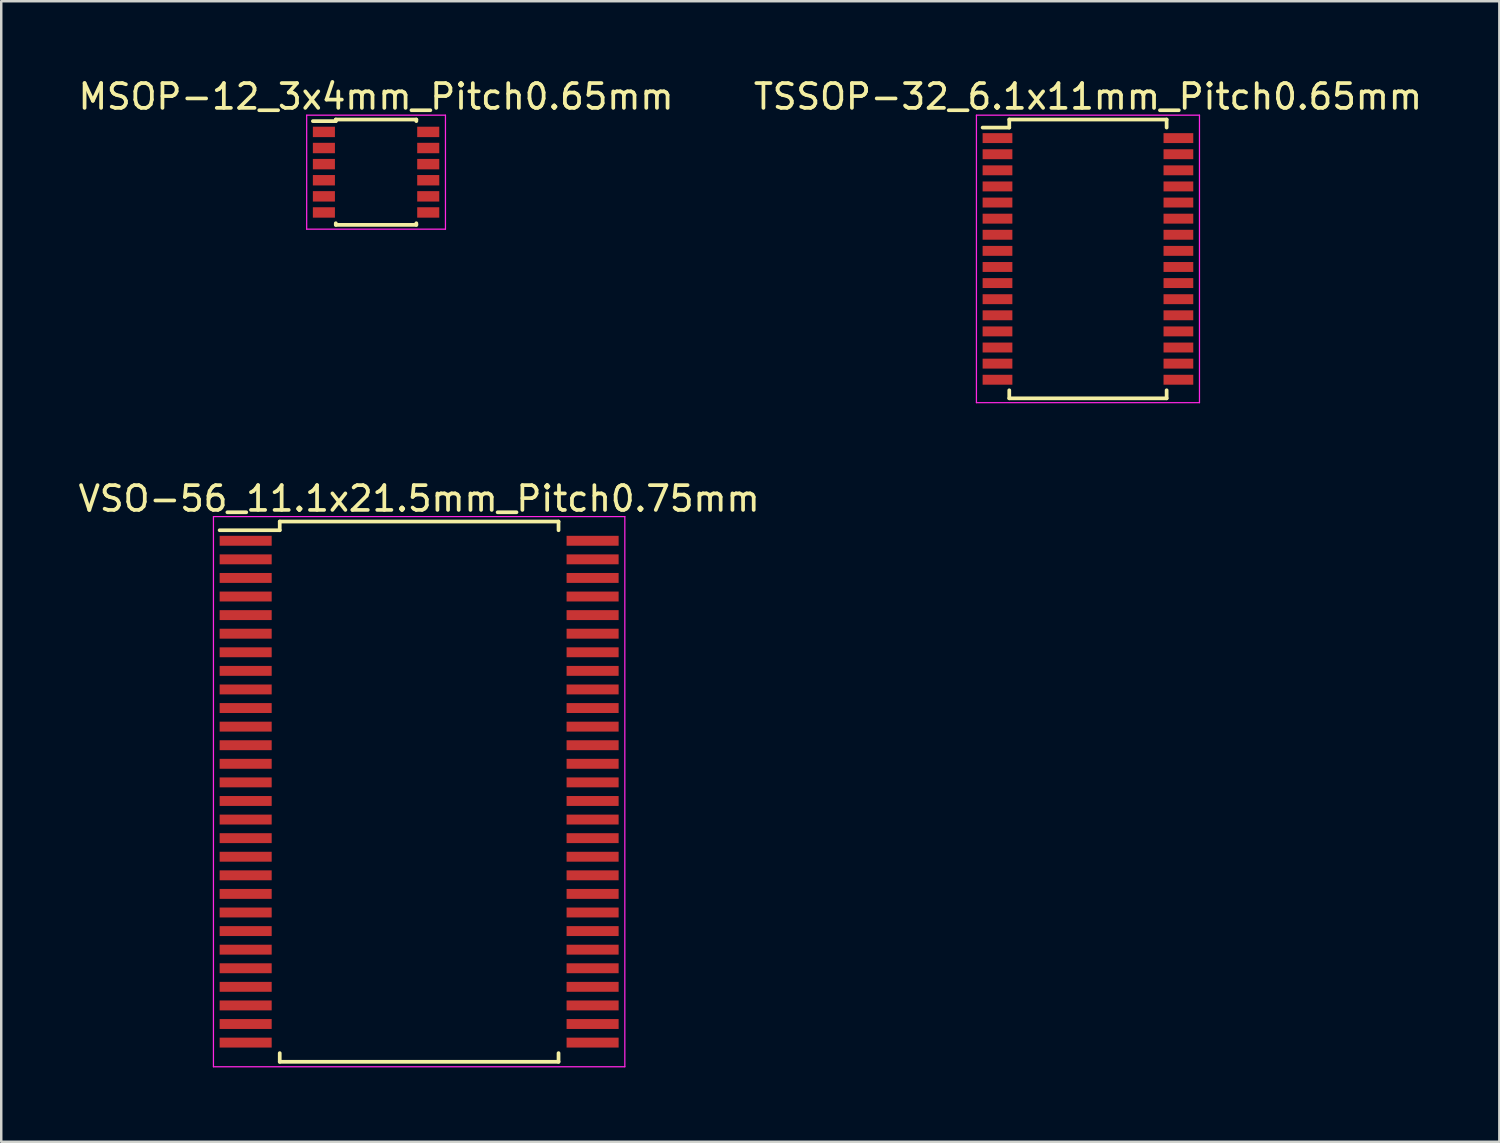
<source format=kicad_pcb>
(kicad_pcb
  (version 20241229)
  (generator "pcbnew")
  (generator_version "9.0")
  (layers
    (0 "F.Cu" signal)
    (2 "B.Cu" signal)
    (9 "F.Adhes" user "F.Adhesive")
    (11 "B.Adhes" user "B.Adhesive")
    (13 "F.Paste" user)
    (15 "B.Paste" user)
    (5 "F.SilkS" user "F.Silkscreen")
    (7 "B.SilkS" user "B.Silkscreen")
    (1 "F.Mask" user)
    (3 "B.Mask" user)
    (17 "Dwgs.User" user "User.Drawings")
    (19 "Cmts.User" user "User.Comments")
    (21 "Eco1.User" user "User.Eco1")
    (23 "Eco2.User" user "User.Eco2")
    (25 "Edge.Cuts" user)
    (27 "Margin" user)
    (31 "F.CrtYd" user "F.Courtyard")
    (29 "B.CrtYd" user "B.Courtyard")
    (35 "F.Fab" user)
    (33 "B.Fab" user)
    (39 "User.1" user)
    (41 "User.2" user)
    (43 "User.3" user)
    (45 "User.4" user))
  (footprint "TSSOP-32_6.1x11mm_Pitch0.65mm"
    (layer "F.Cu")
    (at 40.851 7.398)
    (property "Reference" "TSSOP-32_6.1x11mm_Pitch0.65mm" (at 0 -6.55 0) (layer "F.SilkS") (effects (font (size 1 1) (thickness 0.15))))
    (attr smd)
    (fp_line (start -3.175 -5.625) (end -3.175 -5.3) (stroke (width 0.15) (type solid)) (layer "F.SilkS"))
    (fp_line (start -3.175 -5.625) (end 3.175 -5.625) (stroke (width 0.15) (type solid)) (layer "F.SilkS"))
    (fp_line (start -3.175 -5.3) (end -4.25 -5.3) (stroke (width 0.15) (type solid)) (layer "F.SilkS"))
    (fp_line (start -3.175 5.625) (end -3.175 5.3) (stroke (width 0.15) (type solid)) (layer "F.SilkS"))
    (fp_line (start -3.175 5.625) (end 3.175 5.625) (stroke (width 0.15) (type solid)) (layer "F.SilkS"))
    (fp_line (start 3.175 -5.625) (end 3.175 -5.3) (stroke (width 0.15) (type solid)) (layer "F.SilkS"))
    (fp_line (start 3.175 5.625) (end 3.175 5.3) (stroke (width 0.15) (type solid)) (layer "F.SilkS"))
    (fp_line (start -4.5 -5.8) (end -4.5 5.8) (stroke (width 0.05) (type solid)) (layer "F.CrtYd"))
    (fp_line (start -4.5 -5.8) (end 4.5 -5.8) (stroke (width 0.05) (type solid)) (layer "F.CrtYd"))
    (fp_line (start -4.5 5.8) (end 4.5 5.8) (stroke (width 0.05) (type solid)) (layer "F.CrtYd"))
    (fp_line (start 4.5 -5.8) (end 4.5 5.8) (stroke (width 0.05) (type solid)) (layer "F.CrtYd"))
    (pad "1" smd rect (at -3.65 -4.875) (size 1.2 0.4) (layers "F.Cu" "F.Mask" "F.Paste"))
    (pad "2" smd rect (at -3.65 -4.225) (size 1.2 0.4) (layers "F.Cu" "F.Mask" "F.Paste"))
    (pad "3" smd rect (at -3.65 -3.575) (size 1.2 0.4) (layers "F.Cu" "F.Mask" "F.Paste"))
    (pad "4" smd rect (at -3.65 -2.925) (size 1.2 0.4) (layers "F.Cu" "F.Mask" "F.Paste"))
    (pad "5" smd rect (at -3.65 -2.275) (size 1.2 0.4) (layers "F.Cu" "F.Mask" "F.Paste"))
    (pad "6" smd rect (at -3.65 -1.625) (size 1.2 0.4) (layers "F.Cu" "F.Mask" "F.Paste"))
    (pad "7" smd rect (at -3.65 -0.975) (size 1.2 0.4) (layers "F.Cu" "F.Mask" "F.Paste"))
    (pad "8" smd rect (at -3.65 -0.325) (size 1.2 0.4) (layers "F.Cu" "F.Mask" "F.Paste"))
    (pad "9" smd rect (at -3.65 0.325) (size 1.2 0.4) (layers "F.Cu" "F.Mask" "F.Paste"))
    (pad "10" smd rect (at -3.65 0.975) (size 1.2 0.4) (layers "F.Cu" "F.Mask" "F.Paste"))
    (pad "11" smd rect (at -3.65 1.625) (size 1.2 0.4) (layers "F.Cu" "F.Mask" "F.Paste"))
    (pad "12" smd rect (at -3.65 2.275) (size 1.2 0.4) (layers "F.Cu" "F.Mask" "F.Paste"))
    (pad "13" smd rect (at -3.65 2.925) (size 1.2 0.4) (layers "F.Cu" "F.Mask" "F.Paste"))
    (pad "14" smd rect (at -3.65 3.575) (size 1.2 0.4) (layers "F.Cu" "F.Mask" "F.Paste"))
    (pad "15" smd rect (at -3.65 4.225) (size 1.2 0.4) (layers "F.Cu" "F.Mask" "F.Paste"))
    (pad "16" smd rect (at -3.65 4.875) (size 1.2 0.4) (layers "F.Cu" "F.Mask" "F.Paste"))
    (pad "17" smd rect (at 3.65 4.875) (size 1.2 0.4) (layers "F.Cu" "F.Mask" "F.Paste"))
    (pad "18" smd rect (at 3.65 4.225) (size 1.2 0.4) (layers "F.Cu" "F.Mask" "F.Paste"))
    (pad "19" smd rect (at 3.65 3.575) (size 1.2 0.4) (layers "F.Cu" "F.Mask" "F.Paste"))
    (pad "20" smd rect (at 3.65 2.925) (size 1.2 0.4) (layers "F.Cu" "F.Mask" "F.Paste"))
    (pad "21" smd rect (at 3.65 2.275) (size 1.2 0.4) (layers "F.Cu" "F.Mask" "F.Paste"))
    (pad "22" smd rect (at 3.65 1.625) (size 1.2 0.4) (layers "F.Cu" "F.Mask" "F.Paste"))
    (pad "23" smd rect (at 3.65 0.975) (size 1.2 0.4) (layers "F.Cu" "F.Mask" "F.Paste"))
    (pad "24" smd rect (at 3.65 0.325) (size 1.2 0.4) (layers "F.Cu" "F.Mask" "F.Paste"))
    (pad "25" smd rect (at 3.65 -0.325) (size 1.2 0.4) (layers "F.Cu" "F.Mask" "F.Paste"))
    (pad "26" smd rect (at 3.65 -0.975) (size 1.2 0.4) (layers "F.Cu" "F.Mask" "F.Paste"))
    (pad "27" smd rect (at 3.65 -1.625) (size 1.2 0.4) (layers "F.Cu" "F.Mask" "F.Paste"))
    (pad "28" smd rect (at 3.65 -2.275) (size 1.2 0.4) (layers "F.Cu" "F.Mask" "F.Paste"))
    (pad "29" smd rect (at 3.65 -2.925) (size 1.2 0.4) (layers "F.Cu" "F.Mask" "F.Paste"))
    (pad "30" smd rect (at 3.65 -3.575) (size 1.2 0.4) (layers "F.Cu" "F.Mask" "F.Paste"))
    (pad "31" smd rect (at 3.65 -4.225) (size 1.2 0.4) (layers "F.Cu" "F.Mask" "F.Paste"))
    (pad "32" smd rect (at 3.65 -4.875) (size 1.2 0.4) (layers "F.Cu" "F.Mask" "F.Paste")))
  (footprint "VSO-56_11.1x21.5mm_Pitch0.75mm"
    (layer "F.Cu")
    (at 13.863 28.896)
    (property "Reference" "VSO-56_11.1x21.5mm_Pitch0.75mm" (at 0 -11.825 0) (layer "F.SilkS") (effects (font (size 1 1) (thickness 0.15))))
    (attr smd)
    (fp_line (start -5.625 -10.9) (end -5.625 -10.55) (stroke (width 0.15) (type solid)) (layer "F.SilkS"))
    (fp_line (start -5.625 -10.9) (end 5.625 -10.9) (stroke (width 0.15) (type solid)) (layer "F.SilkS"))
    (fp_line (start -5.625 -10.55) (end -8.05 -10.55) (stroke (width 0.15) (type solid)) (layer "F.SilkS"))
    (fp_line (start -5.625 10.9) (end -5.625 10.55) (stroke (width 0.15) (type solid)) (layer "F.SilkS"))
    (fp_line (start -5.625 10.9) (end 5.625 10.9) (stroke (width 0.15) (type solid)) (layer "F.SilkS"))
    (fp_line (start 5.625 -10.9) (end 5.625 -10.55) (stroke (width 0.15) (type solid)) (layer "F.SilkS"))
    (fp_line (start 5.625 10.9) (end 5.625 10.55) (stroke (width 0.15) (type solid)) (layer "F.SilkS"))
    (fp_line (start -8.3 -11.1) (end -8.3 11.1) (stroke (width 0.05) (type solid)) (layer "F.CrtYd"))
    (fp_line (start -8.3 -11.1) (end 8.3 -11.1) (stroke (width 0.05) (type solid)) (layer "F.CrtYd"))
    (fp_line (start -8.3 11.1) (end 8.3 11.1) (stroke (width 0.05) (type solid)) (layer "F.CrtYd"))
    (fp_line (start 8.3 -11.1) (end 8.3 11.1) (stroke (width 0.05) (type solid)) (layer "F.CrtYd"))
    (pad "1" smd rect (at -7 -10.125) (size 2.1 0.4) (layers "F.Cu" "F.Mask" "F.Paste"))
    (pad "2" smd rect (at -7 -9.375) (size 2.1 0.4) (layers "F.Cu" "F.Mask" "F.Paste"))
    (pad "3" smd rect (at -7 -8.625) (size 2.1 0.4) (layers "F.Cu" "F.Mask" "F.Paste"))
    (pad "4" smd rect (at -7 -7.875) (size 2.1 0.4) (layers "F.Cu" "F.Mask" "F.Paste"))
    (pad "5" smd rect (at -7 -7.125) (size 2.1 0.4) (layers "F.Cu" "F.Mask" "F.Paste"))
    (pad "6" smd rect (at -7 -6.375) (size 2.1 0.4) (layers "F.Cu" "F.Mask" "F.Paste"))
    (pad "7" smd rect (at -7 -5.625) (size 2.1 0.4) (layers "F.Cu" "F.Mask" "F.Paste"))
    (pad "8" smd rect (at -7 -4.875) (size 2.1 0.4) (layers "F.Cu" "F.Mask" "F.Paste"))
    (pad "9" smd rect (at -7 -4.125) (size 2.1 0.4) (layers "F.Cu" "F.Mask" "F.Paste"))
    (pad "10" smd rect (at -7 -3.375) (size 2.1 0.4) (layers "F.Cu" "F.Mask" "F.Paste"))
    (pad "11" smd rect (at -7 -2.625) (size 2.1 0.4) (layers "F.Cu" "F.Mask" "F.Paste"))
    (pad "12" smd rect (at -7 -1.875) (size 2.1 0.4) (layers "F.Cu" "F.Mask" "F.Paste"))
    (pad "13" smd rect (at -7 -1.125) (size 2.1 0.4) (layers "F.Cu" "F.Mask" "F.Paste"))
    (pad "14" smd rect (at -7 -0.375) (size 2.1 0.4) (layers "F.Cu" "F.Mask" "F.Paste"))
    (pad "15" smd rect (at -7 0.375) (size 2.1 0.4) (layers "F.Cu" "F.Mask" "F.Paste"))
    (pad "16" smd rect (at -7 1.125) (size 2.1 0.4) (layers "F.Cu" "F.Mask" "F.Paste"))
    (pad "17" smd rect (at -7 1.875) (size 2.1 0.4) (layers "F.Cu" "F.Mask" "F.Paste"))
    (pad "18" smd rect (at -7 2.625) (size 2.1 0.4) (layers "F.Cu" "F.Mask" "F.Paste"))
    (pad "19" smd rect (at -7 3.375) (size 2.1 0.4) (layers "F.Cu" "F.Mask" "F.Paste"))
    (pad "20" smd rect (at -7 4.125) (size 2.1 0.4) (layers "F.Cu" "F.Mask" "F.Paste"))
    (pad "21" smd rect (at -7 4.875) (size 2.1 0.4) (layers "F.Cu" "F.Mask" "F.Paste"))
    (pad "22" smd rect (at -7 5.625) (size 2.1 0.4) (layers "F.Cu" "F.Mask" "F.Paste"))
    (pad "23" smd rect (at -7 6.375) (size 2.1 0.4) (layers "F.Cu" "F.Mask" "F.Paste"))
    (pad "24" smd rect (at -7 7.125) (size 2.1 0.4) (layers "F.Cu" "F.Mask" "F.Paste"))
    (pad "25" smd rect (at -7 7.875) (size 2.1 0.4) (layers "F.Cu" "F.Mask" "F.Paste"))
    (pad "26" smd rect (at -7 8.625) (size 2.1 0.4) (layers "F.Cu" "F.Mask" "F.Paste"))
    (pad "27" smd rect (at -7 9.375) (size 2.1 0.4) (layers "F.Cu" "F.Mask" "F.Paste"))
    (pad "28" smd rect (at -7 10.125) (size 2.1 0.4) (layers "F.Cu" "F.Mask" "F.Paste"))
    (pad "29" smd rect (at 7 10.125) (size 2.1 0.4) (layers "F.Cu" "F.Mask" "F.Paste"))
    (pad "30" smd rect (at 7 9.375) (size 2.1 0.4) (layers "F.Cu" "F.Mask" "F.Paste"))
    (pad "31" smd rect (at 7 8.625) (size 2.1 0.4) (layers "F.Cu" "F.Mask" "F.Paste"))
    (pad "32" smd rect (at 7 7.875) (size 2.1 0.4) (layers "F.Cu" "F.Mask" "F.Paste"))
    (pad "33" smd rect (at 7 7.125) (size 2.1 0.4) (layers "F.Cu" "F.Mask" "F.Paste"))
    (pad "34" smd rect (at 7 6.375) (size 2.1 0.4) (layers "F.Cu" "F.Mask" "F.Paste"))
    (pad "35" smd rect (at 7 5.625) (size 2.1 0.4) (layers "F.Cu" "F.Mask" "F.Paste"))
    (pad "36" smd rect (at 7 4.875) (size 2.1 0.4) (layers "F.Cu" "F.Mask" "F.Paste"))
    (pad "37" smd rect (at 7 4.125) (size 2.1 0.4) (layers "F.Cu" "F.Mask" "F.Paste"))
    (pad "38" smd rect (at 7 3.375) (size 2.1 0.4) (layers "F.Cu" "F.Mask" "F.Paste"))
    (pad "39" smd rect (at 7 2.625) (size 2.1 0.4) (layers "F.Cu" "F.Mask" "F.Paste"))
    (pad "40" smd rect (at 7 1.875) (size 2.1 0.4) (layers "F.Cu" "F.Mask" "F.Paste"))
    (pad "41" smd rect (at 7 1.125) (size 2.1 0.4) (layers "F.Cu" "F.Mask" "F.Paste"))
    (pad "42" smd rect (at 7 0.375) (size 2.1 0.4) (layers "F.Cu" "F.Mask" "F.Paste"))
    (pad "43" smd rect (at 7 -0.375) (size 2.1 0.4) (layers "F.Cu" "F.Mask" "F.Paste"))
    (pad "44" smd rect (at 7 -1.125) (size 2.1 0.4) (layers "F.Cu" "F.Mask" "F.Paste"))
    (pad "45" smd rect (at 7 -1.875) (size 2.1 0.4) (layers "F.Cu" "F.Mask" "F.Paste"))
    (pad "46" smd rect (at 7 -2.625) (size 2.1 0.4) (layers "F.Cu" "F.Mask" "F.Paste"))
    (pad "47" smd rect (at 7 -3.375) (size 2.1 0.4) (layers "F.Cu" "F.Mask" "F.Paste"))
    (pad "48" smd rect (at 7 -4.125) (size 2.1 0.4) (layers "F.Cu" "F.Mask" "F.Paste"))
    (pad "49" smd rect (at 7 -4.875) (size 2.1 0.4) (layers "F.Cu" "F.Mask" "F.Paste"))
    (pad "50" smd rect (at 7 -5.625) (size 2.1 0.4) (layers "F.Cu" "F.Mask" "F.Paste"))
    (pad "51" smd rect (at 7 -6.375) (size 2.1 0.4) (layers "F.Cu" "F.Mask" "F.Paste"))
    (pad "52" smd rect (at 7 -7.125) (size 2.1 0.4) (layers "F.Cu" "F.Mask" "F.Paste"))
    (pad "53" smd rect (at 7 -7.875) (size 2.1 0.4) (layers "F.Cu" "F.Mask" "F.Paste"))
    (pad "54" smd rect (at 7 -8.625) (size 2.1 0.4) (layers "F.Cu" "F.Mask" "F.Paste"))
    (pad "55" smd rect (at 7 -9.375) (size 2.1 0.4) (layers "F.Cu" "F.Mask" "F.Paste"))
    (pad "56" smd rect (at 7 -10.125) (size 2.1 0.4) (layers "F.Cu" "F.Mask" "F.Paste")))
  (footprint "MSOP-12_3x4mm_Pitch0.65mm"
    (layer "F.Cu")
    (at 12.125 3.898)
    (property "Reference" "MSOP-12_3x4mm_Pitch0.65mm" (at 0 -3.05 0) (layer "F.SilkS") (effects (font (size 1 1) (thickness 0.15))))
    (attr smd)
    (fp_line (start -1.625 -2.125) (end -1.625 -2.06) (stroke (width 0.15) (type solid)) (layer "F.SilkS"))
    (fp_line (start -1.625 -2.125) (end 1.625 -2.125) (stroke (width 0.15) (type solid)) (layer "F.SilkS"))
    (fp_line (start -1.625 -2.06) (end -2.55 -2.06) (stroke (width 0.15) (type solid)) (layer "F.SilkS"))
    (fp_line (start -1.625 2.125) (end -1.625 2.06) (stroke (width 0.15) (type solid)) (layer "F.SilkS"))
    (fp_line (start -1.625 2.125) (end 1.625 2.125) (stroke (width 0.15) (type solid)) (layer "F.SilkS"))
    (fp_line (start 1.625 -2.125) (end 1.625 -2.06) (stroke (width 0.15) (type solid)) (layer "F.SilkS"))
    (fp_line (start 1.625 2.125) (end 1.625 2.06) (stroke (width 0.15) (type solid)) (layer "F.SilkS"))
    (fp_line (start -2.8 -2.3) (end -2.8 2.3) (stroke (width 0.05) (type solid)) (layer "F.CrtYd"))
    (fp_line (start -2.8 -2.3) (end 2.8 -2.3) (stroke (width 0.05) (type solid)) (layer "F.CrtYd"))
    (fp_line (start -2.8 2.3) (end 2.8 2.3) (stroke (width 0.05) (type solid)) (layer "F.CrtYd"))
    (fp_line (start 2.8 -2.3) (end 2.8 2.3) (stroke (width 0.05) (type solid)) (layer "F.CrtYd"))
    (pad "1" smd rect (at -2.105 -1.625) (size 0.89 0.42) (layers "F.Cu" "F.Mask" "F.Paste"))
    (pad "2" smd rect (at -2.105 -0.975) (size 0.89 0.42) (layers "F.Cu" "F.Mask" "F.Paste"))
    (pad "3" smd rect (at -2.105 -0.325) (size 0.89 0.42) (layers "F.Cu" "F.Mask" "F.Paste"))
    (pad "4" smd rect (at -2.105 0.325) (size 0.89 0.42) (layers "F.Cu" "F.Mask" "F.Paste"))
    (pad "5" smd rect (at -2.105 0.975) (size 0.89 0.42) (layers "F.Cu" "F.Mask" "F.Paste"))
    (pad "6" smd rect (at -2.105 1.625) (size 0.89 0.42) (layers "F.Cu" "F.Mask" "F.Paste"))
    (pad "7" smd rect (at 2.105 1.625) (size 0.89 0.42) (layers "F.Cu" "F.Mask" "F.Paste"))
    (pad "8" smd rect (at 2.105 0.975) (size 0.89 0.42) (layers "F.Cu" "F.Mask" "F.Paste"))
    (pad "9" smd rect (at 2.105 0.325) (size 0.89 0.42) (layers "F.Cu" "F.Mask" "F.Paste"))
    (pad "10" smd rect (at 2.105 -0.325) (size 0.89 0.42) (layers "F.Cu" "F.Mask" "F.Paste"))
    (pad "11" smd rect (at 2.105 -0.975) (size 0.89 0.42) (layers "F.Cu" "F.Mask" "F.Paste"))
    (pad "12" smd rect (at 2.105 -1.625) (size 0.89 0.42) (layers "F.Cu" "F.Mask" "F.Paste")))
  (gr_rect
    (start -3 -3)
    (end 57.452 43.022)
    (stroke (width 0.1) (type default))
    (fill no)
    (layer "Edge.Cuts")))
</source>
